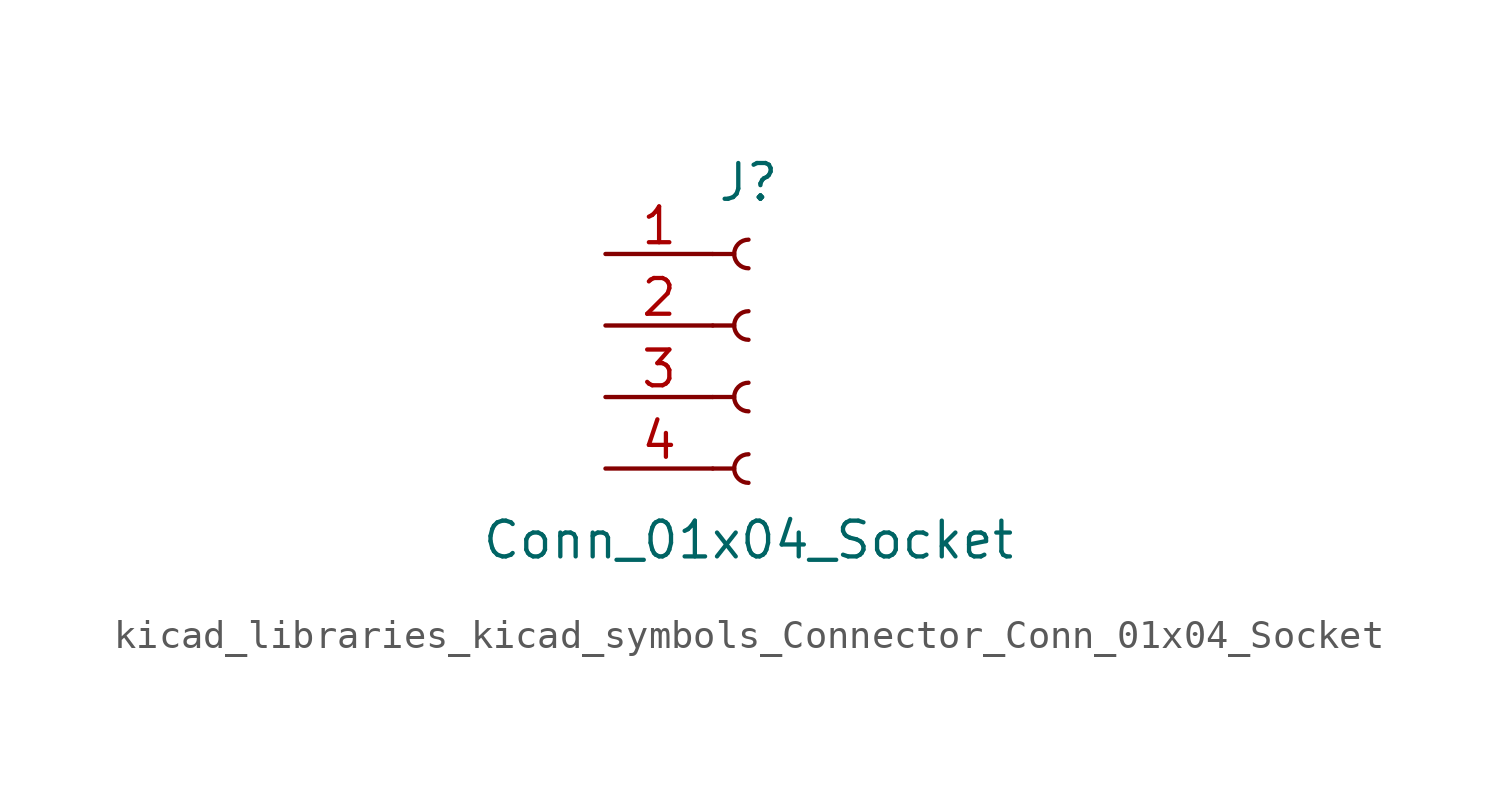
<source format=kicad_sym>
(kicad_symbol_lib
  (version 20220914)
  (generator kicad_symbol_editor)
  (symbol "kicad_libraries_kicad_symbols_Connector_Conn_01x04_Socket"
    (pin_names
      (offset 1.016) hide)
    (property "Reference" "J"
      (at 0 5.08 0)
      (effects (font (size 1.27 1.27))))
    (property "Value" "Conn_01x04_Socket"
      (at 0 -7.62 0)
      (effects (font (size 1.27 1.27))))
    (property "ki_locked" ""
      (at 0 0 0)
      (effects (font (size 1.27 1.27))))
    (symbol "kicad_libraries_kicad_symbols_Connector_Conn_01x04_Socket_1_1"
      (arc (start 0 -4.572) (mid -0.5058 -5.08) (end 0 -5.588) (stroke (width 0.1524) (type default)) (fill (type none)))
      (arc (start 0 -2.032) (mid -0.5058 -2.54) (end 0 -3.048) (stroke (width 0.1524) (type default)) (fill (type none)))
      (polyline (pts (xy -1.27 -5.08) (xy -0.508 -5.08)) (stroke (width 0.152) (type default)) (fill (type none)))
      (polyline (pts (xy -1.27 -2.54) (xy -0.508 -2.54)) (stroke (width 0.152) (type default)) (fill (type none)))
      (polyline (pts (xy -1.27 0) (xy -0.508 0)) (stroke (width 0.152) (type default)) (fill (type none)))
      (polyline (pts (xy -1.27 2.54) (xy -0.508 2.54)) (stroke (width 0.152) (type default)) (fill (type none)))
      (arc (start 0 0.508) (mid -0.5058 0) (end 0 -0.508) (stroke (width 0.1524) (type default)) (fill (type none)))
      (arc (start 0 3.048) (mid -0.5058 2.54) (end 0 2.032) (stroke (width 0.1524) (type default)) (fill (type none)))
      (pin passive line (at -5.08 2.54 0) (length 3.81) (name "Pin_1" (effects (font (size 1.27 1.27)))) (number "1" (effects (font (size 1.27 1.27)))))
      (pin passive line (at -5.08 0 0) (length 3.81) (name "Pin_2" (effects (font (size 1.27 1.27)))) (number "2" (effects (font (size 1.27 1.27)))))
      (pin passive line (at -5.08 -2.54 0) (length 3.81) (name "Pin_3" (effects (font (size 1.27 1.27)))) (number "3" (effects (font (size 1.27 1.27)))))
      (pin passive line (at -5.08 -5.08 0) (length 3.81) (name "Pin_4" (effects (font (size 1.27 1.27)))) (number "4" (effects (font (size 1.27 1.27))))))))
</source>
